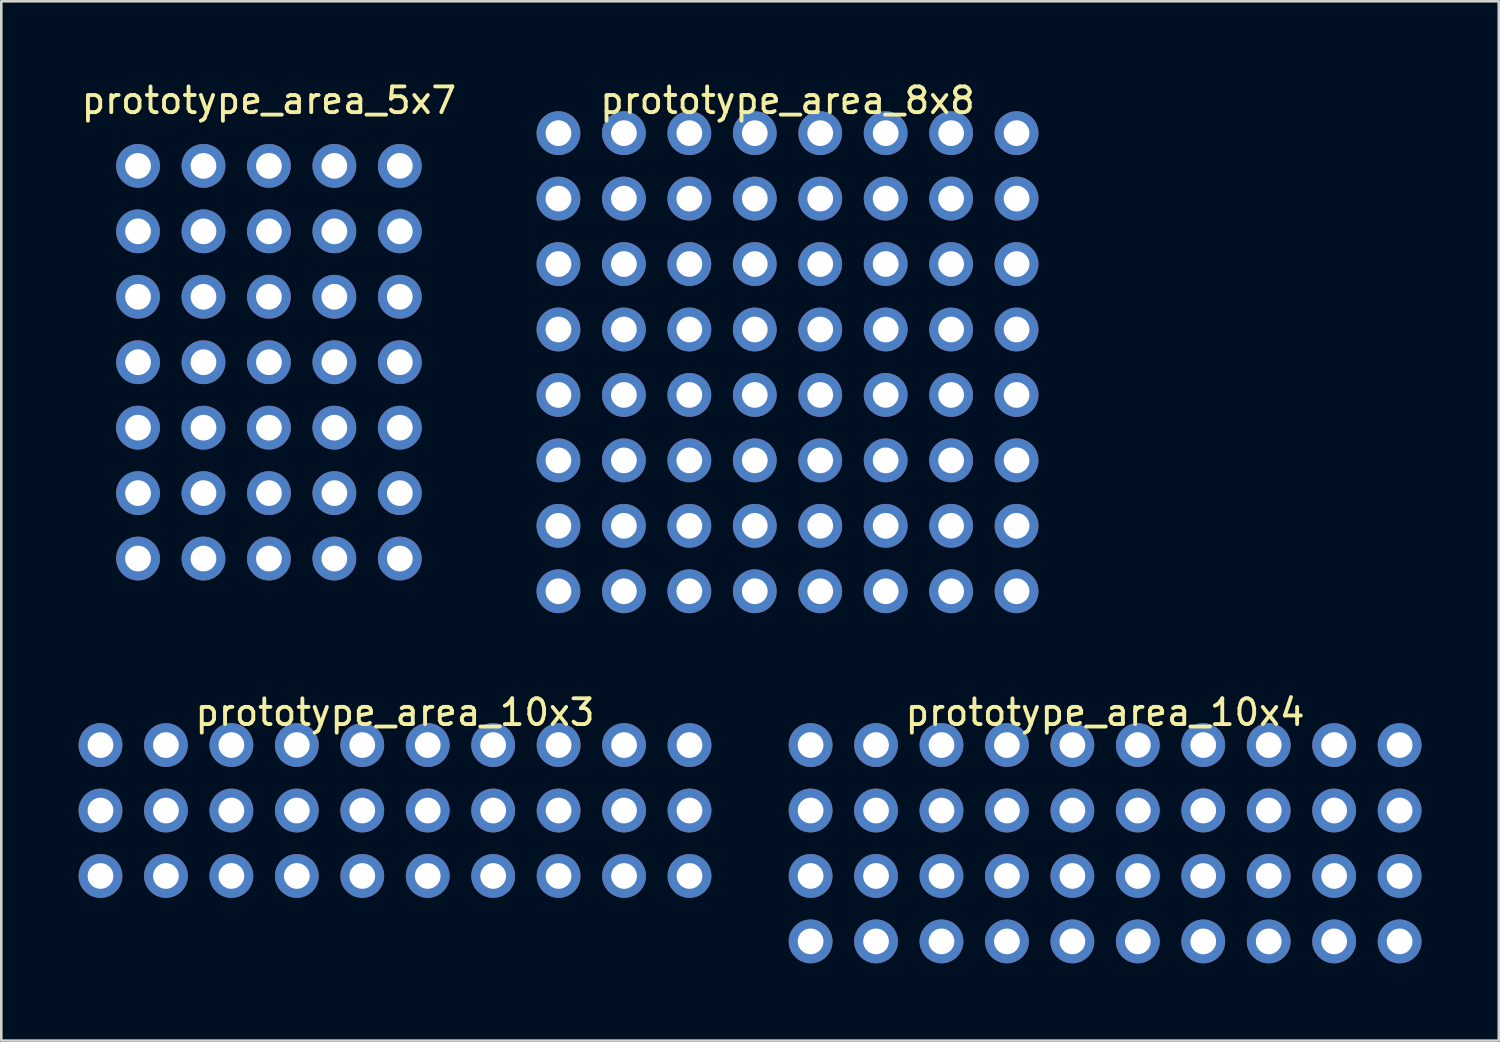
<source format=kicad_pcb>
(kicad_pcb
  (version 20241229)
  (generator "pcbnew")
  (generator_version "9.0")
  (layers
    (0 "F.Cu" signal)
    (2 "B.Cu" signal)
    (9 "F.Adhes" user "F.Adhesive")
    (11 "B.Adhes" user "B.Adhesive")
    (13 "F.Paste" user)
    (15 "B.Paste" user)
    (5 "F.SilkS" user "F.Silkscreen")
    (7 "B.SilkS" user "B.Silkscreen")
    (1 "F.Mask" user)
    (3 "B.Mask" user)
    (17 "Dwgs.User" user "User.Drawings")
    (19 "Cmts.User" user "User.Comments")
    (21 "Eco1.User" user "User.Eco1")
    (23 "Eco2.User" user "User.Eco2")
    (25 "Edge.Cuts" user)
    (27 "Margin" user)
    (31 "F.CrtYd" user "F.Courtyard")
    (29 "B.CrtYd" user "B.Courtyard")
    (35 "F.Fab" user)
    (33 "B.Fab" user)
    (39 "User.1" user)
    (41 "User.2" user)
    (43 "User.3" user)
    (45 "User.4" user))
  (footprint "prototype_area_10x3"
    (layer "F.Cu")
    (at 12.28 28.407)
    (property "Reference" "prototype_area_10x3" (at 0 -3.81 0) (layer "F.SilkS") (effects (font (size 1 1) (thickness 0.15))))
    (attr through_hole)
    (pad "1" thru_hole oval (at -11.43 -2.54) (size 1.7 1.7) (drill 1) (layers "*.Cu" "*.Mask"))
    (pad "2" thru_hole oval (at -8.89 -2.54) (size 1.7 1.7) (drill 1) (layers "*.Cu" "*.Mask"))
    (pad "3" thru_hole oval (at -6.35 -2.54) (size 1.7 1.7) (drill 1) (layers "*.Cu" "*.Mask"))
    (pad "4" thru_hole oval (at -3.81 -2.54) (size 1.7 1.7) (drill 1) (layers "*.Cu" "*.Mask"))
    (pad "5" thru_hole oval (at -1.27 -2.54) (size 1.7 1.7) (drill 1) (layers "*.Cu" "*.Mask"))
    (pad "6" thru_hole circle (at 1.27 -2.54) (size 1.7 1.7) (drill 1) (layers "*.Cu" "*.Mask"))
    (pad "7" thru_hole circle (at 3.81 -2.54) (size 1.7 1.7) (drill 1) (layers "*.Cu" "*.Mask"))
    (pad "8" thru_hole circle (at 6.35 -2.54) (size 1.7 1.7) (drill 1) (layers "*.Cu" "*.Mask"))
    (pad "9" thru_hole oval (at 8.89 -2.54) (size 1.7 1.7) (drill 1) (layers "*.Cu" "*.Mask"))
    (pad "10" thru_hole oval (at 11.43 -2.54) (size 1.7 1.7) (drill 1) (layers "*.Cu" "*.Mask"))
    (pad "11" thru_hole oval (at -11.43 0) (size 1.7 1.7) (drill 1) (layers "*.Cu" "*.Mask"))
    (pad "12" thru_hole oval (at -8.89 0) (size 1.7 1.7) (drill 1) (layers "*.Cu" "*.Mask"))
    (pad "13" thru_hole oval (at -6.35 0) (size 1.7 1.7) (drill 1) (layers "*.Cu" "*.Mask"))
    (pad "14" thru_hole oval (at -3.81 0) (size 1.7 1.7) (drill 1) (layers "*.Cu" "*.Mask"))
    (pad "15" thru_hole oval (at -1.27 0) (size 1.7 1.7) (drill 1) (layers "*.Cu" "*.Mask"))
    (pad "16" thru_hole circle (at 1.27 0) (size 1.7 1.7) (drill 1) (layers "*.Cu" "*.Mask"))
    (pad "17" thru_hole circle (at 3.81 0) (size 1.7 1.7) (drill 1) (layers "*.Cu" "*.Mask"))
    (pad "18" thru_hole oval (at 6.35 0) (size 1.7 1.7) (drill 1) (layers "*.Cu" "*.Mask"))
    (pad "19" thru_hole oval (at 8.89 0) (size 1.7 1.7) (drill 1) (layers "*.Cu" "*.Mask"))
    (pad "20" thru_hole oval (at 11.43 0) (size 1.7 1.7) (drill 1) (layers "*.Cu" "*.Mask"))
    (pad "21" thru_hole oval (at -11.43 2.54) (size 1.7 1.7) (drill 1) (layers "*.Cu" "*.Mask"))
    (pad "22" thru_hole oval (at -8.89 2.54) (size 1.7 1.7) (drill 1) (layers "*.Cu" "*.Mask"))
    (pad "23" thru_hole oval (at -6.35 2.54) (size 1.7 1.7) (drill 1) (layers "*.Cu" "*.Mask"))
    (pad "24" thru_hole oval (at -3.81 2.54) (size 1.7 1.7) (drill 1) (layers "*.Cu" "*.Mask"))
    (pad "25" thru_hole oval (at -1.27 2.54) (size 1.7 1.7) (drill 1) (layers "*.Cu" "*.Mask"))
    (pad "26" thru_hole oval (at 1.27 2.54) (size 1.7 1.7) (drill 1) (layers "*.Cu" "*.Mask"))
    (pad "27" thru_hole oval (at 3.81 2.54) (size 1.7 1.7) (drill 1) (layers "*.Cu" "*.Mask"))
    (pad "28" thru_hole oval (at 6.35 2.54) (size 1.7 1.7) (drill 1) (layers "*.Cu" "*.Mask"))
    (pad "29" thru_hole oval (at 8.89 2.54) (size 1.7 1.7) (drill 1) (layers "*.Cu" "*.Mask"))
    (pad "30" thru_hole oval (at 11.43 2.54) (size 1.7 1.7) (drill 1) (layers "*.Cu" "*.Mask")))
  (footprint "prototype_area_8x8"
    (layer "F.Cu")
    (at 27.514 8.468)
    (property "Reference" "prototype_area_8x8" (at 0 -7.62 0) (layer "F.SilkS") (effects (font (size 1 1) (thickness 0.15))))
    (attr through_hole)
    (pad "1" thru_hole oval (at -8.89 -6.35) (size 1.7 1.7) (drill 1) (layers "*.Cu" "*.Mask"))
    (pad "2" thru_hole oval (at -6.35 -6.35) (size 1.7 1.7) (drill 1) (layers "*.Cu" "*.Mask"))
    (pad "3" thru_hole oval (at -3.81 -6.35) (size 1.7 1.7) (drill 1) (layers "*.Cu" "*.Mask"))
    (pad "4" thru_hole oval (at -1.27 -6.35) (size 1.7 1.7) (drill 1) (layers "*.Cu" "*.Mask"))
    (pad "5" thru_hole oval (at 1.27 -6.35) (size 1.7 1.7) (drill 1) (layers "*.Cu" "*.Mask"))
    (pad "6" thru_hole circle (at 3.81 -6.35) (size 1.7 1.7) (drill 1) (layers "*.Cu" "*.Mask"))
    (pad "7" thru_hole circle (at 6.35 -6.35) (size 1.7 1.7) (drill 1) (layers "*.Cu" "*.Mask"))
    (pad "8" thru_hole circle (at 8.89 -6.35) (size 1.7 1.7) (drill 1) (layers "*.Cu" "*.Mask"))
    (pad "9" thru_hole oval (at -8.89 -3.81) (size 1.7 1.7) (drill 1) (layers "*.Cu" "*.Mask"))
    (pad "10" thru_hole oval (at -6.35 -3.81) (size 1.7 1.7) (drill 1) (layers "*.Cu" "*.Mask"))
    (pad "11" thru_hole oval (at -3.81 -3.81) (size 1.7 1.7) (drill 1) (layers "*.Cu" "*.Mask"))
    (pad "12" thru_hole oval (at -1.27 -3.81) (size 1.7 1.7) (drill 1) (layers "*.Cu" "*.Mask"))
    (pad "13" thru_hole oval (at 1.27 -3.81) (size 1.7 1.7) (drill 1) (layers "*.Cu" "*.Mask"))
    (pad "14" thru_hole circle (at 3.81 -3.81) (size 1.7 1.7) (drill 1) (layers "*.Cu" "*.Mask"))
    (pad "15" thru_hole circle (at 6.35 -3.81) (size 1.7 1.7) (drill 1) (layers "*.Cu" "*.Mask"))
    (pad "16" thru_hole oval (at 8.89 -3.81) (size 1.7 1.7) (drill 1) (layers "*.Cu" "*.Mask"))
    (pad "17" thru_hole oval (at -8.89 -1.27) (size 1.7 1.7) (drill 1) (layers "*.Cu" "*.Mask"))
    (pad "18" thru_hole oval (at -6.35 -1.27) (size 1.7 1.7) (drill 1) (layers "*.Cu" "*.Mask"))
    (pad "19" thru_hole oval (at -3.81 -1.27) (size 1.7 1.7) (drill 1) (layers "*.Cu" "*.Mask"))
    (pad "20" thru_hole oval (at -1.27 -1.27) (size 1.7 1.7) (drill 1) (layers "*.Cu" "*.Mask"))
    (pad "21" thru_hole oval (at 1.27 -1.27) (size 1.7 1.7) (drill 1) (layers "*.Cu" "*.Mask"))
    (pad "22" thru_hole oval (at 3.81 -1.27) (size 1.7 1.7) (drill 1) (layers "*.Cu" "*.Mask"))
    (pad "23" thru_hole oval (at 6.35 -1.27) (size 1.7 1.7) (drill 1) (layers "*.Cu" "*.Mask"))
    (pad "24" thru_hole oval (at 8.89 -1.27) (size 1.7 1.7) (drill 1) (layers "*.Cu" "*.Mask"))
    (pad "25" thru_hole oval (at -8.89 1.27) (size 1.7 1.7) (drill 1) (layers "*.Cu" "*.Mask"))
    (pad "26" thru_hole oval (at -6.35 1.27) (size 1.7 1.7) (drill 1) (layers "*.Cu" "*.Mask"))
    (pad "27" thru_hole oval (at -3.81 1.27) (size 1.7 1.7) (drill 1) (layers "*.Cu" "*.Mask"))
    (pad "28" thru_hole oval (at -1.27 1.27) (size 1.7 1.7) (drill 1) (layers "*.Cu" "*.Mask"))
    (pad "29" thru_hole oval (at 1.27 1.27) (size 1.7 1.7) (drill 1) (layers "*.Cu" "*.Mask"))
    (pad "30" thru_hole oval (at 3.81 1.27) (size 1.7 1.7) (drill 1) (layers "*.Cu" "*.Mask"))
    (pad "31" thru_hole oval (at 6.35 1.27) (size 1.7 1.7) (drill 1) (layers "*.Cu" "*.Mask"))
    (pad "32" thru_hole oval (at 8.89 1.27) (size 1.7 1.7) (drill 1) (layers "*.Cu" "*.Mask"))
    (pad "33" thru_hole oval (at -8.89 3.81) (size 1.7 1.7) (drill 1) (layers "*.Cu" "*.Mask"))
    (pad "34" thru_hole oval (at -6.35 3.81) (size 1.7 1.7) (drill 1) (layers "*.Cu" "*.Mask"))
    (pad "35" thru_hole oval (at -3.81 3.81) (size 1.7 1.7) (drill 1) (layers "*.Cu" "*.Mask"))
    (pad "36" thru_hole oval (at -1.27 3.81) (size 1.7 1.7) (drill 1) (layers "*.Cu" "*.Mask"))
    (pad "37" thru_hole oval (at 1.27 3.81) (size 1.7 1.7) (drill 1) (layers "*.Cu" "*.Mask"))
    (pad "38" thru_hole oval (at 3.81 3.81) (size 1.7 1.7) (drill 1) (layers "*.Cu" "*.Mask"))
    (pad "39" thru_hole oval (at 6.35 3.81) (size 1.7 1.7) (drill 1) (layers "*.Cu" "*.Mask"))
    (pad "40" thru_hole oval (at 8.89 3.81) (size 1.7 1.7) (drill 1) (layers "*.Cu" "*.Mask"))
    (pad "41" thru_hole oval (at -8.89 6.35) (size 1.7 1.7) (drill 1) (layers "*.Cu" "*.Mask"))
    (pad "42" thru_hole oval (at -6.35 6.35) (size 1.7 1.7) (drill 1) (layers "*.Cu" "*.Mask"))
    (pad "43" thru_hole oval (at -3.81 6.35) (size 1.7 1.7) (drill 1) (layers "*.Cu" "*.Mask"))
    (pad "44" thru_hole oval (at -1.27 6.35) (size 1.7 1.7) (drill 1) (layers "*.Cu" "*.Mask"))
    (pad "45" thru_hole oval (at 1.27 6.35) (size 1.7 1.7) (drill 1) (layers "*.Cu" "*.Mask"))
    (pad "46" thru_hole oval (at 3.81 6.35) (size 1.7 1.7) (drill 1) (layers "*.Cu" "*.Mask"))
    (pad "47" thru_hole oval (at 6.35 6.35) (size 1.7 1.7) (drill 1) (layers "*.Cu" "*.Mask"))
    (pad "48" thru_hole oval (at 8.89 6.35) (size 1.7 1.7) (drill 1) (layers "*.Cu" "*.Mask"))
    (pad "49" thru_hole oval (at -8.89 8.89) (size 1.7 1.7) (drill 1) (layers "*.Cu" "*.Mask"))
    (pad "50" thru_hole oval (at -6.35 8.89) (size 1.7 1.7) (drill 1) (layers "*.Cu" "*.Mask"))
    (pad "51" thru_hole oval (at -3.81 8.89) (size 1.7 1.7) (drill 1) (layers "*.Cu" "*.Mask"))
    (pad "52" thru_hole oval (at -1.27 8.89) (size 1.7 1.7) (drill 1) (layers "*.Cu" "*.Mask"))
    (pad "53" thru_hole oval (at 1.27 8.89) (size 1.7 1.7) (drill 1) (layers "*.Cu" "*.Mask"))
    (pad "54" thru_hole oval (at 3.81 8.89) (size 1.7 1.7) (drill 1) (layers "*.Cu" "*.Mask"))
    (pad "55" thru_hole oval (at 6.35 8.89) (size 1.7 1.7) (drill 1) (layers "*.Cu" "*.Mask"))
    (pad "56" thru_hole oval (at 8.89 8.89) (size 1.7 1.7) (drill 1) (layers "*.Cu" "*.Mask"))
    (pad "57" thru_hole oval (at -8.89 11.43) (size 1.7 1.7) (drill 1) (layers "*.Cu" "*.Mask"))
    (pad "58" thru_hole oval (at -6.35 11.43) (size 1.7 1.7) (drill 1) (layers "*.Cu" "*.Mask"))
    (pad "59" thru_hole oval (at -3.81 11.43) (size 1.7 1.7) (drill 1) (layers "*.Cu" "*.Mask"))
    (pad "60" thru_hole oval (at -1.27 11.43) (size 1.7 1.7) (drill 1) (layers "*.Cu" "*.Mask"))
    (pad "61" thru_hole oval (at 1.27 11.43) (size 1.7 1.7) (drill 1) (layers "*.Cu" "*.Mask"))
    (pad "62" thru_hole oval (at 3.81 11.43) (size 1.7 1.7) (drill 1) (layers "*.Cu" "*.Mask"))
    (pad "63" thru_hole oval (at 6.35 11.43) (size 1.7 1.7) (drill 1) (layers "*.Cu" "*.Mask"))
    (pad "64" thru_hole oval (at 8.89 11.43) (size 1.7 1.7) (drill 1) (layers "*.Cu" "*.Mask")))
  (footprint "prototype_area_10x4"
    (layer "F.Cu")
    (at 39.84 29.677)
    (property "Reference" "prototype_area_10x4" (at 0 -5.08 0) (layer "F.SilkS") (effects (font (size 1 1) (thickness 0.15))))
    (attr through_hole)
    (pad "1" thru_hole oval (at -11.43 -3.81) (size 1.7 1.7) (drill 1) (layers "*.Cu" "*.Mask"))
    (pad "2" thru_hole oval (at -8.89 -3.81) (size 1.7 1.7) (drill 1) (layers "*.Cu" "*.Mask"))
    (pad "3" thru_hole oval (at -6.35 -3.81) (size 1.7 1.7) (drill 1) (layers "*.Cu" "*.Mask"))
    (pad "4" thru_hole oval (at -3.81 -3.81) (size 1.7 1.7) (drill 1) (layers "*.Cu" "*.Mask"))
    (pad "5" thru_hole oval (at -1.27 -3.81) (size 1.7 1.7) (drill 1) (layers "*.Cu" "*.Mask"))
    (pad "6" thru_hole circle (at 1.27 -3.81) (size 1.7 1.7) (drill 1) (layers "*.Cu" "*.Mask"))
    (pad "7" thru_hole circle (at 3.81 -3.81) (size 1.7 1.7) (drill 1) (layers "*.Cu" "*.Mask"))
    (pad "8" thru_hole circle (at 6.35 -3.81) (size 1.7 1.7) (drill 1) (layers "*.Cu" "*.Mask"))
    (pad "9" thru_hole oval (at 8.89 -3.81) (size 1.7 1.7) (drill 1) (layers "*.Cu" "*.Mask"))
    (pad "10" thru_hole oval (at 11.43 -3.81) (size 1.7 1.7) (drill 1) (layers "*.Cu" "*.Mask"))
    (pad "11" thru_hole oval (at -11.43 -1.27) (size 1.7 1.7) (drill 1) (layers "*.Cu" "*.Mask"))
    (pad "12" thru_hole oval (at -8.89 -1.27) (size 1.7 1.7) (drill 1) (layers "*.Cu" "*.Mask"))
    (pad "13" thru_hole oval (at -6.35 -1.27) (size 1.7 1.7) (drill 1) (layers "*.Cu" "*.Mask"))
    (pad "14" thru_hole oval (at -3.81 -1.27) (size 1.7 1.7) (drill 1) (layers "*.Cu" "*.Mask"))
    (pad "15" thru_hole oval (at -1.27 -1.27) (size 1.7 1.7) (drill 1) (layers "*.Cu" "*.Mask"))
    (pad "16" thru_hole circle (at 1.27 -1.27) (size 1.7 1.7) (drill 1) (layers "*.Cu" "*.Mask"))
    (pad "17" thru_hole circle (at 3.81 -1.27) (size 1.7 1.7) (drill 1) (layers "*.Cu" "*.Mask"))
    (pad "18" thru_hole oval (at 6.35 -1.27) (size 1.7 1.7) (drill 1) (layers "*.Cu" "*.Mask"))
    (pad "19" thru_hole oval (at 8.89 -1.27) (size 1.7 1.7) (drill 1) (layers "*.Cu" "*.Mask"))
    (pad "20" thru_hole oval (at 11.43 -1.27) (size 1.7 1.7) (drill 1) (layers "*.Cu" "*.Mask"))
    (pad "21" thru_hole oval (at -11.43 1.27) (size 1.7 1.7) (drill 1) (layers "*.Cu" "*.Mask"))
    (pad "22" thru_hole oval (at -8.89 1.27) (size 1.7 1.7) (drill 1) (layers "*.Cu" "*.Mask"))
    (pad "23" thru_hole oval (at -6.35 1.27) (size 1.7 1.7) (drill 1) (layers "*.Cu" "*.Mask"))
    (pad "24" thru_hole oval (at -3.81 1.27) (size 1.7 1.7) (drill 1) (layers "*.Cu" "*.Mask"))
    (pad "25" thru_hole oval (at -1.27 1.27) (size 1.7 1.7) (drill 1) (layers "*.Cu" "*.Mask"))
    (pad "26" thru_hole oval (at 1.27 1.27) (size 1.7 1.7) (drill 1) (layers "*.Cu" "*.Mask"))
    (pad "27" thru_hole oval (at 3.81 1.27) (size 1.7 1.7) (drill 1) (layers "*.Cu" "*.Mask"))
    (pad "28" thru_hole oval (at 6.35 1.27) (size 1.7 1.7) (drill 1) (layers "*.Cu" "*.Mask"))
    (pad "29" thru_hole oval (at 8.89 1.27) (size 1.7 1.7) (drill 1) (layers "*.Cu" "*.Mask"))
    (pad "30" thru_hole oval (at 11.43 1.27) (size 1.7 1.7) (drill 1) (layers "*.Cu" "*.Mask"))
    (pad "31" thru_hole oval (at -11.43 3.81) (size 1.7 1.7) (drill 1) (layers "*.Cu" "*.Mask"))
    (pad "32" thru_hole oval (at -8.89 3.81) (size 1.7 1.7) (drill 1) (layers "*.Cu" "*.Mask"))
    (pad "33" thru_hole oval (at -6.35 3.81) (size 1.7 1.7) (drill 1) (layers "*.Cu" "*.Mask"))
    (pad "34" thru_hole oval (at -3.81 3.81) (size 1.7 1.7) (drill 1) (layers "*.Cu" "*.Mask"))
    (pad "35" thru_hole oval (at -1.27 3.81) (size 1.7 1.7) (drill 1) (layers "*.Cu" "*.Mask"))
    (pad "36" thru_hole oval (at 1.27 3.81) (size 1.7 1.7) (drill 1) (layers "*.Cu" "*.Mask"))
    (pad "37" thru_hole oval (at 3.81 3.81) (size 1.7 1.7) (drill 1) (layers "*.Cu" "*.Mask"))
    (pad "38" thru_hole oval (at 6.35 3.81) (size 1.7 1.7) (drill 1) (layers "*.Cu" "*.Mask"))
    (pad "39" thru_hole oval (at 8.89 3.81) (size 1.7 1.7) (drill 1) (layers "*.Cu" "*.Mask"))
    (pad "40" thru_hole oval (at 11.43 3.81) (size 1.7 1.7) (drill 1) (layers "*.Cu" "*.Mask")))
  (footprint "prototype_area_5x7"
    (layer "F.Cu")
    (at 7.387 11.008)
    (property "Reference" "prototype_area_5x7" (at 0 -10.16 0) (layer "F.SilkS") (effects (font (size 1 1) (thickness 0.15))))
    (attr through_hole)
    (pad "1" thru_hole circle (at -5.08 -7.62) (size 1.7 1.7) (drill 1) (layers "*.Cu" "*.Mask"))
    (pad "2" thru_hole circle (at -2.54 -7.62) (size 1.7 1.7) (drill 1) (layers "*.Cu" "*.Mask"))
    (pad "3" thru_hole circle (at 0 -7.62) (size 1.7 1.7) (drill 1) (layers "*.Cu" "*.Mask"))
    (pad "4" thru_hole circle (at 2.54 -7.62) (size 1.7 1.7) (drill 1) (layers "*.Cu" "*.Mask"))
    (pad "5" thru_hole circle (at 5.08 -7.62) (size 1.7 1.7) (drill 1) (layers "*.Cu" "*.Mask"))
    (pad "6" thru_hole oval (at -5.08 -5.08) (size 1.7 1.7) (drill 1) (layers "*.Cu" "*.Mask"))
    (pad "7" thru_hole oval (at -2.54 -5.08) (size 1.7 1.7) (drill 1) (layers "*.Cu" "*.Mask"))
    (pad "8" thru_hole oval (at 0 -5.08) (size 1.7 1.7) (drill 1) (layers "*.Cu" "*.Mask"))
    (pad "9" thru_hole oval (at 2.54 -5.08) (size 1.7 1.7) (drill 1) (layers "*.Cu" "*.Mask"))
    (pad "10" thru_hole oval (at 5.08 -5.08) (size 1.7 1.7) (drill 1) (layers "*.Cu" "*.Mask"))
    (pad "11" thru_hole oval (at -5.08 -2.54) (size 1.7 1.7) (drill 1) (layers "*.Cu" "*.Mask"))
    (pad "12" thru_hole oval (at -2.54 -2.54) (size 1.7 1.7) (drill 1) (layers "*.Cu" "*.Mask"))
    (pad "13" thru_hole oval (at 0 -2.54) (size 1.7 1.7) (drill 1) (layers "*.Cu" "*.Mask"))
    (pad "14" thru_hole oval (at 2.54 -2.54) (size 1.7 1.7) (drill 1) (layers "*.Cu" "*.Mask"))
    (pad "15" thru_hole oval (at 5.08 -2.54) (size 1.7 1.7) (drill 1) (layers "*.Cu" "*.Mask"))
    (pad "16" thru_hole oval (at -5.08 0) (size 1.7 1.7) (drill 1) (layers "*.Cu" "*.Mask"))
    (pad "17" thru_hole oval (at -2.54 0) (size 1.7 1.7) (drill 1) (layers "*.Cu" "*.Mask"))
    (pad "18" thru_hole oval (at 0 0) (size 1.7 1.7) (drill 1) (layers "*.Cu" "*.Mask"))
    (pad "19" thru_hole oval (at 2.54 0) (size 1.7 1.7) (drill 1) (layers "*.Cu" "*.Mask"))
    (pad "20" thru_hole oval (at 5.08 0) (size 1.7 1.7) (drill 1) (layers "*.Cu" "*.Mask"))
    (pad "21" thru_hole oval (at -5.08 2.54) (size 1.7 1.7) (drill 1) (layers "*.Cu" "*.Mask"))
    (pad "22" thru_hole oval (at -2.54 2.54) (size 1.7 1.7) (drill 1) (layers "*.Cu" "*.Mask"))
    (pad "23" thru_hole oval (at 0 2.54) (size 1.7 1.7) (drill 1) (layers "*.Cu" "*.Mask"))
    (pad "24" thru_hole oval (at 2.54 2.54) (size 1.7 1.7) (drill 1) (layers "*.Cu" "*.Mask"))
    (pad "25" thru_hole oval (at 5.08 2.54) (size 1.7 1.7) (drill 1) (layers "*.Cu" "*.Mask"))
    (pad "26" thru_hole oval (at -5.08 5.08) (size 1.7 1.7) (drill 1) (layers "*.Cu" "*.Mask"))
    (pad "27" thru_hole oval (at -2.54 5.08) (size 1.7 1.7) (drill 1) (layers "*.Cu" "*.Mask"))
    (pad "28" thru_hole oval (at 0 5.08) (size 1.7 1.7) (drill 1) (layers "*.Cu" "*.Mask"))
    (pad "29" thru_hole oval (at 2.54 5.08) (size 1.7 1.7) (drill 1) (layers "*.Cu" "*.Mask"))
    (pad "30" thru_hole oval (at 5.08 5.08) (size 1.7 1.7) (drill 1) (layers "*.Cu" "*.Mask"))
    (pad "31" thru_hole oval (at -5.08 7.62) (size 1.7 1.7) (drill 1) (layers "*.Cu" "*.Mask"))
    (pad "32" thru_hole oval (at -2.54 7.62) (size 1.7 1.7) (drill 1) (layers "*.Cu" "*.Mask"))
    (pad "33" thru_hole oval (at 0 7.62) (size 1.7 1.7) (drill 1) (layers "*.Cu" "*.Mask"))
    (pad "34" thru_hole oval (at 2.54 7.62) (size 1.7 1.7) (drill 1) (layers "*.Cu" "*.Mask"))
    (pad "35" thru_hole oval (at 5.08 7.62) (size 1.7 1.7) (drill 1) (layers "*.Cu" "*.Mask")))
  (gr_rect
    (start -3 -3)
    (end 55.12 37.337)
    (stroke (width 0.1) (type default))
    (fill no)
    (layer "Edge.Cuts")))
</source>
